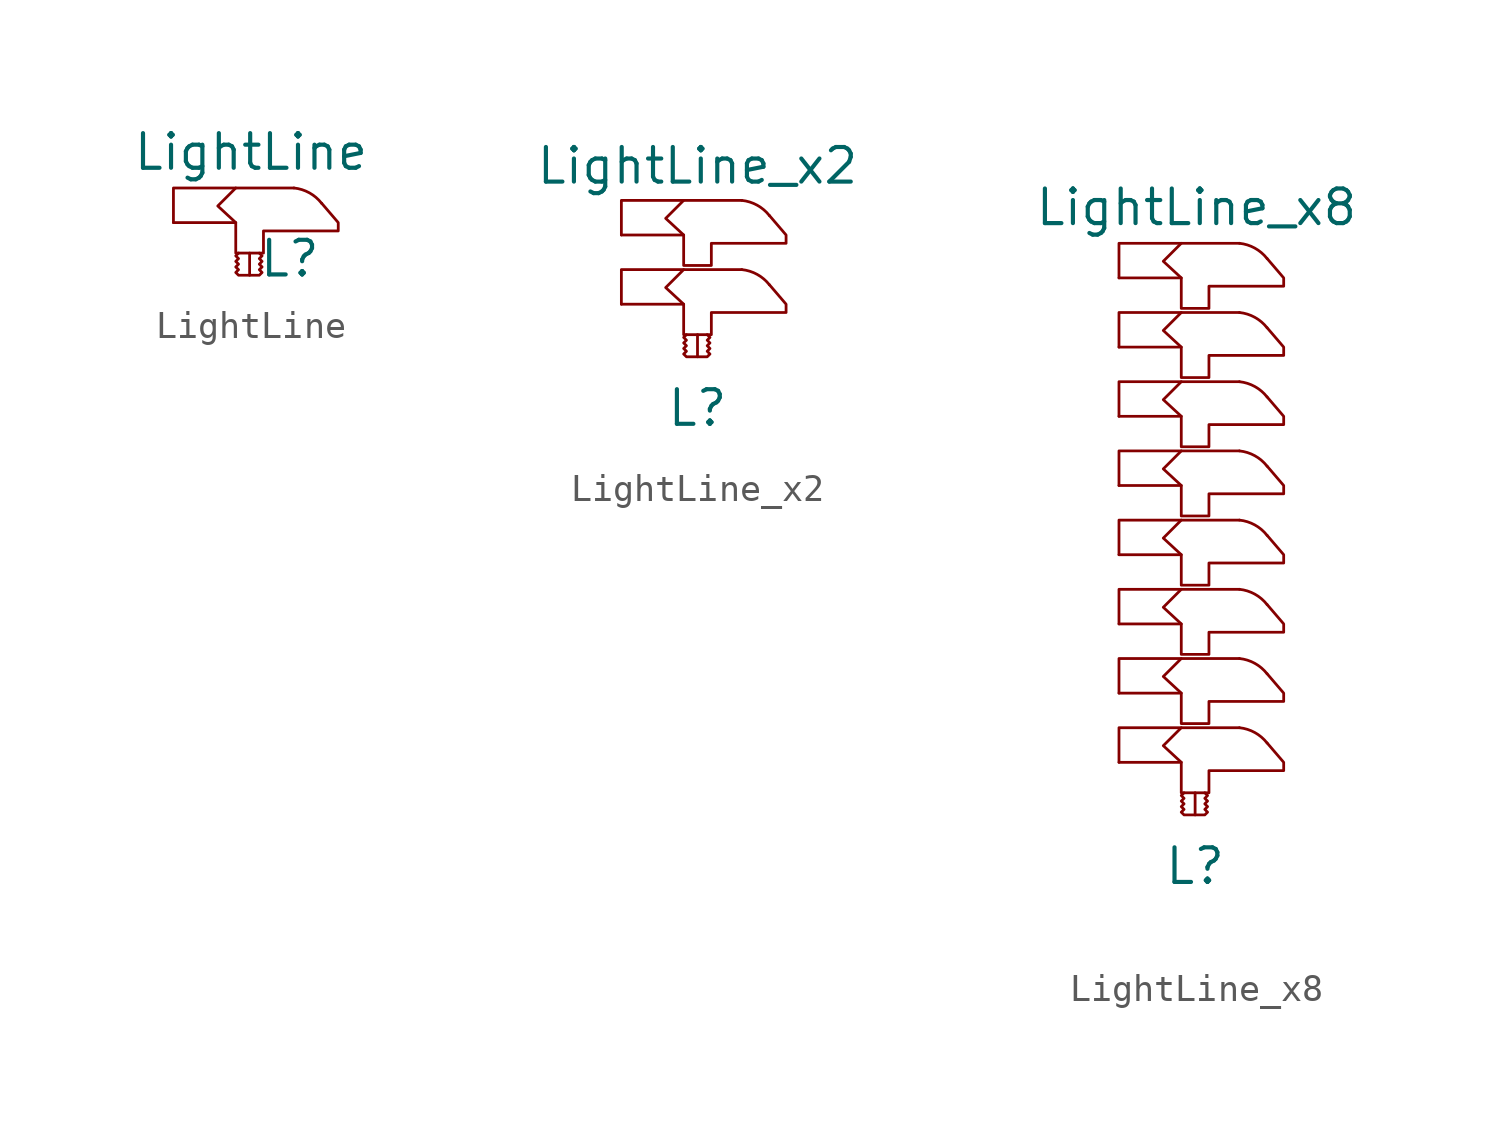
<source format=kicad_sym>
(kicad_symbol_lib
  (version 20211014)
  (generator kicad_symbol_editor)
  (symbol "LightLine"
    (pin_names
      (offset 1.016))
    (property "Reference" "L"
      (at 1.473 -1.321 0)
      (effects (font (size 1.27 1.27))))
    (property "Value" "LightLine"
      (at 0.051 2.591 0)
      (effects (font (size 1.27 1.27))))
    (symbol "LightLine_0_1"
      (polyline (pts (xy 0 -1.93) (xy 0 -1.118)) (stroke (width 0.102) (type default) (color 0 0 0 0)) (fill (type none)))
      (polyline (pts (xy -2.794 0) (xy -2.794 1.27) (xy 1.626 1.27)) (stroke (width 0.102) (type default) (color 0 0 0 0)) (fill (type none)))
      (polyline (pts (xy -0.508 0) (xy -1.168 0.61) (xy -0.508 1.27)) (stroke (width 0.102) (type default) (color 0 0 0 0)) (fill (type none)))
      (polyline (pts (xy 2.642 0.711) (xy 3.251 0) (xy 3.251 -0.305) (xy 0.508 -0.305) (xy 0.508 -1.118) (xy -0.508 -1.118) (xy -0.508 0) (xy -2.794 0)) (stroke (width 0.102) (type default) (color 0 0 0 0)) (fill (type none)))
      (polyline (pts (xy -0.406 -1.118) (xy -0.508 -1.219) (xy -0.406 -1.321) (xy -0.508 -1.422) (xy -0.406 -1.524) (xy -0.508 -1.626) (xy -0.406 -1.727) (xy -0.508 -1.829) (xy -0.406 -1.93) (xy 0.356 -1.93) (xy 0.457 -1.829) (xy 0.356 -1.727) (xy 0.457 -1.626) (xy 0.356 -1.524) (xy 0.457 -1.422) (xy 0.356 -1.321) (xy 0.457 -1.219) (xy 0.356 -1.118)) (stroke (width 0.102) (type default) (color 0 0 0 0)) (fill (type none)))
      (arc (start 2.6416 0.7112) (mid 2.1911 1.0939) (end 1.6256 1.27) (stroke (width 0.1016) (type default) (color 0 0 0 0)) (fill (type none)))))
  (symbol "LightLine_x2"
    (pin_names
      (offset 1.016))
    (property "Reference" "L"
      (at 3.81 -1.27 0)
      (effects (font (size 1.27 1.27))))
    (property "Value" "LightLine_x2"
      (at 3.81 7.62 0)
      (effects (font (size 1.27 1.27))))
    (symbol "LightLine_x2_1_1"
      (polyline (pts (xy 3.81 0.61) (xy 3.81 1.422)) (stroke (width 0.102) (type default) (color 0 0 0 0)) (fill (type none)))
      (polyline (pts (xy 1.016 2.54) (xy 1.016 3.81) (xy 5.436 3.81)) (stroke (width 0.102) (type default) (color 0 0 0 0)) (fill (type none)))
      (polyline (pts (xy 1.016 5.08) (xy 1.016 6.35) (xy 5.436 6.35)) (stroke (width 0.102) (type default) (color 0 0 0 0)) (fill (type none)))
      (polyline (pts (xy 3.302 2.54) (xy 2.642 3.15) (xy 3.302 3.81)) (stroke (width 0.102) (type default) (color 0 0 0 0)) (fill (type none)))
      (polyline (pts (xy 3.302 5.08) (xy 2.642 5.69) (xy 3.302 6.35)) (stroke (width 0.102) (type default) (color 0 0 0 0)) (fill (type none)))
      (polyline (pts (xy 6.452 3.251) (xy 7.061 2.54) (xy 7.061 2.235) (xy 4.318 2.235) (xy 4.318 1.422) (xy 3.302 1.422) (xy 3.302 2.54) (xy 1.016 2.54)) (stroke (width 0.102) (type default) (color 0 0 0 0)) (fill (type none)))
      (polyline (pts (xy 6.452 5.791) (xy 7.061 5.08) (xy 7.061 4.775) (xy 4.318 4.775) (xy 4.318 3.962) (xy 3.302 3.962) (xy 3.302 5.08) (xy 1.016 5.08)) (stroke (width 0.102) (type default) (color 0 0 0 0)) (fill (type none)))
      (polyline (pts (xy 3.404 1.422) (xy 3.302 1.321) (xy 3.404 1.219) (xy 3.302 1.118) (xy 3.404 1.016) (xy 3.302 0.914) (xy 3.404 0.813) (xy 3.302 0.711) (xy 3.404 0.61) (xy 4.166 0.61) (xy 4.267 0.711) (xy 4.166 0.813) (xy 4.267 0.914) (xy 4.166 1.016) (xy 4.267 1.118) (xy 4.166 1.219) (xy 4.267 1.321) (xy 4.166 1.422)) (stroke (width 0.102) (type default) (color 0 0 0 0)) (fill (type none)))
      (arc (start 6.4516 3.2512) (mid 6.0011 3.6339) (end 5.4356 3.81) (stroke (width 0.1016) (type default) (color 0 0 0 0)) (fill (type none)))
      (arc (start 6.4516 5.7912) (mid 6.0011 6.1739) (end 5.4356 6.35) (stroke (width 0.1016) (type default) (color 0 0 0 0)) (fill (type none)))))
  (symbol "LightLine_x8"
    (pin_names
      (offset 1.016))
    (property "Reference" "L"
      (at 3.81 -1.27 0)
      (effects (font (size 1.27 1.27))))
    (property "Value" "LightLine_x8"
      (at 3.861 22.911 0)
      (effects (font (size 1.27 1.27))))
    (symbol "LightLine_x8_0_1"
      (polyline (pts (xy 1.016 20.32) (xy 1.016 21.59) (xy 5.436 21.59)) (stroke (width 0.102) (type default) (color 0 0 0 0)) (fill (type none)))
      (polyline (pts (xy 3.302 20.32) (xy 2.642 20.93) (xy 3.302 21.59)) (stroke (width 0.102) (type default) (color 0 0 0 0)) (fill (type none)))
      (polyline (pts (xy 6.452 21.031) (xy 7.061 20.32) (xy 7.061 20.015) (xy 4.318 20.015) (xy 4.318 19.202) (xy 3.302 19.202) (xy 3.302 20.32) (xy 1.016 20.32)) (stroke (width 0.102) (type default) (color 0 0 0 0)) (fill (type none)))
      (arc (start 6.4516 21.0312) (mid 6.0011 21.4139) (end 5.4356 21.59) (stroke (width 0.1016) (type default) (color 0 0 0 0)) (fill (type none))))
    (symbol "LightLine_x8_1_1"
      (polyline (pts (xy 3.81 0.61) (xy 3.81 1.422)) (stroke (width 0.102) (type default) (color 0 0 0 0)) (fill (type none)))
      (polyline (pts (xy 1.016 2.54) (xy 1.016 3.81) (xy 5.436 3.81)) (stroke (width 0.102) (type default) (color 0 0 0 0)) (fill (type none)))
      (polyline (pts (xy 1.016 5.08) (xy 1.016 6.35) (xy 5.436 6.35)) (stroke (width 0.102) (type default) (color 0 0 0 0)) (fill (type none)))
      (polyline (pts (xy 1.016 7.62) (xy 1.016 8.89) (xy 5.436 8.89)) (stroke (width 0.102) (type default) (color 0 0 0 0)) (fill (type none)))
      (polyline (pts (xy 1.016 10.16) (xy 1.016 11.43) (xy 5.436 11.43)) (stroke (width 0.102) (type default) (color 0 0 0 0)) (fill (type none)))
      (polyline (pts (xy 1.016 12.7) (xy 1.016 13.97) (xy 5.436 13.97)) (stroke (width 0.102) (type default) (color 0 0 0 0)) (fill (type none)))
      (polyline (pts (xy 1.016 15.24) (xy 1.016 16.51) (xy 5.436 16.51)) (stroke (width 0.102) (type default) (color 0 0 0 0)) (fill (type none)))
      (polyline (pts (xy 1.016 17.78) (xy 1.016 19.05) (xy 5.436 19.05)) (stroke (width 0.102) (type default) (color 0 0 0 0)) (fill (type none)))
      (polyline (pts (xy 3.302 2.54) (xy 2.642 3.15) (xy 3.302 3.81)) (stroke (width 0.102) (type default) (color 0 0 0 0)) (fill (type none)))
      (polyline (pts (xy 3.302 5.08) (xy 2.642 5.69) (xy 3.302 6.35)) (stroke (width 0.102) (type default) (color 0 0 0 0)) (fill (type none)))
      (polyline (pts (xy 3.302 7.62) (xy 2.642 8.23) (xy 3.302 8.89)) (stroke (width 0.102) (type default) (color 0 0 0 0)) (fill (type none)))
      (polyline (pts (xy 3.302 10.16) (xy 2.642 10.77) (xy 3.302 11.43)) (stroke (width 0.102) (type default) (color 0 0 0 0)) (fill (type none)))
      (polyline (pts (xy 3.302 12.7) (xy 2.642 13.31) (xy 3.302 13.97)) (stroke (width 0.102) (type default) (color 0 0 0 0)) (fill (type none)))
      (polyline (pts (xy 3.302 15.24) (xy 2.642 15.85) (xy 3.302 16.51)) (stroke (width 0.102) (type default) (color 0 0 0 0)) (fill (type none)))
      (polyline (pts (xy 3.302 17.78) (xy 2.642 18.39) (xy 3.302 19.05)) (stroke (width 0.102) (type default) (color 0 0 0 0)) (fill (type none)))
      (polyline (pts (xy 6.452 3.251) (xy 7.061 2.54) (xy 7.061 2.235) (xy 4.318 2.235) (xy 4.318 1.422) (xy 3.302 1.422) (xy 3.302 2.54) (xy 1.016 2.54)) (stroke (width 0.102) (type default) (color 0 0 0 0)) (fill (type none)))
      (polyline (pts (xy 6.452 5.791) (xy 7.061 5.08) (xy 7.061 4.775) (xy 4.318 4.775) (xy 4.318 3.962) (xy 3.302 3.962) (xy 3.302 5.08) (xy 1.016 5.08)) (stroke (width 0.102) (type default) (color 0 0 0 0)) (fill (type none)))
      (polyline (pts (xy 6.452 8.331) (xy 7.061 7.62) (xy 7.061 7.315) (xy 4.318 7.315) (xy 4.318 6.502) (xy 3.302 6.502) (xy 3.302 7.62) (xy 1.016 7.62)) (stroke (width 0.102) (type default) (color 0 0 0 0)) (fill (type none)))
      (polyline (pts (xy 6.452 10.871) (xy 7.061 10.16) (xy 7.061 9.855) (xy 4.318 9.855) (xy 4.318 9.042) (xy 3.302 9.042) (xy 3.302 10.16) (xy 1.016 10.16)) (stroke (width 0.102) (type default) (color 0 0 0 0)) (fill (type none)))
      (polyline (pts (xy 6.452 13.411) (xy 7.061 12.7) (xy 7.061 12.395) (xy 4.318 12.395) (xy 4.318 11.582) (xy 3.302 11.582) (xy 3.302 12.7) (xy 1.016 12.7)) (stroke (width 0.102) (type default) (color 0 0 0 0)) (fill (type none)))
      (polyline (pts (xy 6.452 15.951) (xy 7.061 15.24) (xy 7.061 14.935) (xy 4.318 14.935) (xy 4.318 14.122) (xy 3.302 14.122) (xy 3.302 15.24) (xy 1.016 15.24)) (stroke (width 0.102) (type default) (color 0 0 0 0)) (fill (type none)))
      (polyline (pts (xy 6.452 18.491) (xy 7.061 17.78) (xy 7.061 17.475) (xy 4.318 17.475) (xy 4.318 16.662) (xy 3.302 16.662) (xy 3.302 17.78) (xy 1.016 17.78)) (stroke (width 0.102) (type default) (color 0 0 0 0)) (fill (type none)))
      (polyline (pts (xy 3.404 1.422) (xy 3.302 1.321) (xy 3.404 1.219) (xy 3.302 1.118) (xy 3.404 1.016) (xy 3.302 0.914) (xy 3.404 0.813) (xy 3.302 0.711) (xy 3.404 0.61) (xy 4.166 0.61) (xy 4.267 0.711) (xy 4.166 0.813) (xy 4.267 0.914) (xy 4.166 1.016) (xy 4.267 1.118) (xy 4.166 1.219) (xy 4.267 1.321) (xy 4.166 1.422)) (stroke (width 0.102) (type default) (color 0 0 0 0)) (fill (type none)))
      (arc (start 6.4516 3.2512) (mid 6.0011 3.6339) (end 5.4356 3.81) (stroke (width 0.1016) (type default) (color 0 0 0 0)) (fill (type none)))
      (arc (start 6.4516 5.7912) (mid 6.0011 6.1739) (end 5.4356 6.35) (stroke (width 0.1016) (type default) (color 0 0 0 0)) (fill (type none)))
      (arc (start 6.4516 8.3312) (mid 6.0011 8.7139) (end 5.4356 8.89) (stroke (width 0.1016) (type default) (color 0 0 0 0)) (fill (type none)))
      (arc (start 6.4516 10.8712) (mid 6.0011 11.2539) (end 5.4356 11.43) (stroke (width 0.1016) (type default) (color 0 0 0 0)) (fill (type none)))
      (arc (start 6.4516 13.4112) (mid 6.0011 13.7939) (end 5.4356 13.97) (stroke (width 0.1016) (type default) (color 0 0 0 0)) (fill (type none)))
      (arc (start 6.4516 15.9512) (mid 6.0011 16.3339) (end 5.4356 16.51) (stroke (width 0.1016) (type default) (color 0 0 0 0)) (fill (type none)))
      (arc (start 6.4516 18.4912) (mid 6.0011 18.8739) (end 5.4356 19.05) (stroke (width 0.1016) (type default) (color 0 0 0 0)) (fill (type none))))))
</source>
